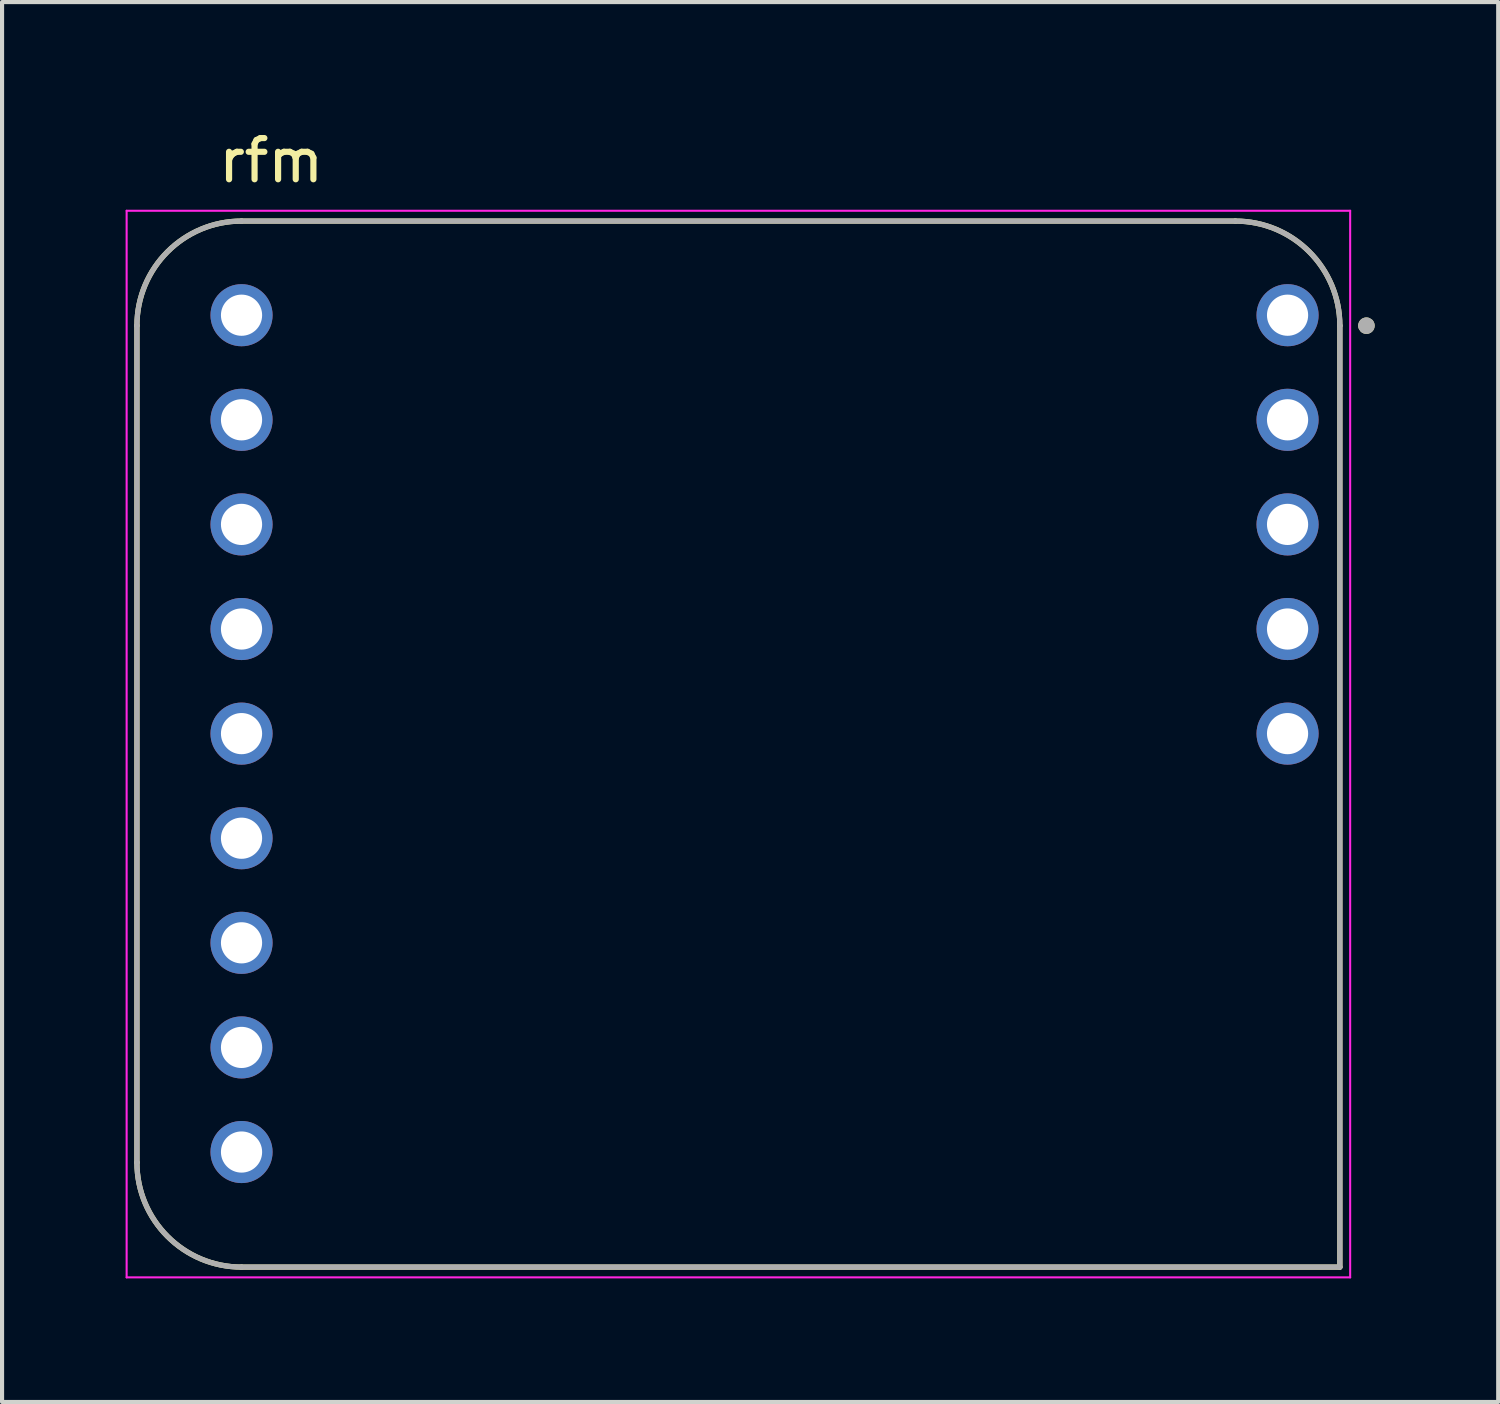
<source format=kicad_pcb>
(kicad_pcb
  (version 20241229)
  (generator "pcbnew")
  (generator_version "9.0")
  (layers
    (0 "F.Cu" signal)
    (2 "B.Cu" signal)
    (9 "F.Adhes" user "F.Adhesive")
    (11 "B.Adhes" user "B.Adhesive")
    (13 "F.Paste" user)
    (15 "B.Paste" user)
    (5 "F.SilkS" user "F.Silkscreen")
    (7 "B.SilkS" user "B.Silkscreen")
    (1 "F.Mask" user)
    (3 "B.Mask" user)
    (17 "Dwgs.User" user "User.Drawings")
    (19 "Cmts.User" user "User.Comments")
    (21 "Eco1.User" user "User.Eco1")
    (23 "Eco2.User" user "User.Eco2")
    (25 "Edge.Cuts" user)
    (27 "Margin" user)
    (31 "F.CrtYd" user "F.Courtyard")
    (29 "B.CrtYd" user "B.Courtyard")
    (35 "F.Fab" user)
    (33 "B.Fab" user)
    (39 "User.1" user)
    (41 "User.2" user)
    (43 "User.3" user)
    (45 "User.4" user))
  (footprint "rfm"
    (layer "F.Cu")
    (at 14.88 15.018)
    (property "Reference" "rfm" (at -11.344 -14.17 0) (layer "F.SilkS") (effects (font (size 1 1) (thickness 0.15))))
    (attr through_hole)
    (fp_line (start -14.605 10.16) (end -14.605 -10.16) (stroke (width 0.127) (type solid)) (layer "F.SilkS"))
    (fp_line (start -12.065 -12.7) (end 12.065 -12.7) (stroke (width 0.127) (type solid)) (layer "F.SilkS"))
    (fp_line (start 14.605 -10.16) (end 14.605 12.7) (stroke (width 0.127) (type solid)) (layer "F.SilkS"))
    (fp_line (start 14.605 12.7) (end -12.065 12.7) (stroke (width 0.127) (type solid)) (layer "F.SilkS"))
    (fp_arc (start -14.605 -10.16) (mid -13.861051 -11.956051) (end -12.065 -12.7) (stroke (width 0.127) (type solid)) (layer "F.SilkS"))
    (fp_arc (start -12.065 12.7) (mid -13.861051 11.956051) (end -14.605 10.16) (stroke (width 0.127) (type solid)) (layer "F.SilkS"))
    (fp_arc (start 12.065 -12.7) (mid 13.861051 -11.956051) (end 14.605 -10.16) (stroke (width 0.127) (type solid)) (layer "F.SilkS"))
    (fp_circle (center 15.25 -10.16) (end 15.35 -10.16) (stroke (width 0.2) (type solid)) (fill no) (layer "F.SilkS"))
    (fp_line (start -14.855 -12.95) (end -14.855 12.95) (stroke (width 0.05) (type solid)) (layer "F.CrtYd"))
    (fp_line (start -14.855 12.95) (end 14.855 12.95) (stroke (width 0.05) (type solid)) (layer "F.CrtYd"))
    (fp_line (start 14.855 -12.95) (end -14.855 -12.95) (stroke (width 0.05) (type solid)) (layer "F.CrtYd"))
    (fp_line (start 14.855 12.95) (end 14.855 -12.95) (stroke (width 0.05) (type solid)) (layer "F.CrtYd"))
    (fp_line (start -14.605 10.16) (end -14.605 -10.16) (stroke (width 0.127) (type solid)) (layer "F.Fab"))
    (fp_line (start -12.065 -12.7) (end 12.065 -12.7) (stroke (width 0.127) (type solid)) (layer "F.Fab"))
    (fp_line (start 14.605 -10.16) (end 14.605 12.7) (stroke (width 0.127) (type solid)) (layer "F.Fab"))
    (fp_line (start 14.605 12.7) (end -12.065 12.7) (stroke (width 0.127) (type solid)) (layer "F.Fab"))
    (fp_arc (start -14.605 -10.16) (mid -13.861051 -11.956051) (end -12.065 -12.7) (stroke (width 0.127) (type solid)) (layer "F.Fab"))
    (fp_arc (start -12.065 12.7) (mid -13.861051 11.956051) (end -14.605 10.16) (stroke (width 0.127) (type solid)) (layer "F.Fab"))
    (fp_arc (start 12.065 -12.7) (mid 13.861051 -11.956051) (end 14.605 -10.16) (stroke (width 0.127) (type solid)) (layer "F.Fab"))
    (fp_circle (center 15.25 -10.16) (end 15.35 -10.16) (stroke (width 0.2) (type solid)) (fill no) (layer "F.Fab"))
    (pad "JP1_1" thru_hole circle (at 13.335 -10.414) (size 1.508 1.508) (drill 1) (layers "*.Cu" "*.Mask"))
    (pad "JP1_2" thru_hole circle (at 13.335 -7.874) (size 1.508 1.508) (drill 1) (layers "*.Cu" "*.Mask"))
    (pad "JP1_3" thru_hole circle (at 13.335 -5.334) (size 1.508 1.508) (drill 1) (layers "*.Cu" "*.Mask"))
    (pad "JP1_4" thru_hole circle (at 13.335 -2.794) (size 1.508 1.508) (drill 1) (layers "*.Cu" "*.Mask"))
    (pad "JP1_5" thru_hole circle (at 13.335 -0.254) (size 1.508 1.508) (drill 1) (layers "*.Cu" "*.Mask"))
    (pad "JP3_1" thru_hole circle (at -12.065 -10.414) (size 1.508 1.508) (drill 1) (layers "*.Cu" "*.Mask"))
    (pad "JP3_2" thru_hole circle (at -12.065 -7.874) (size 1.508 1.508) (drill 1) (layers "*.Cu" "*.Mask"))
    (pad "JP3_3" thru_hole circle (at -12.065 -5.334) (size 1.508 1.508) (drill 1) (layers "*.Cu" "*.Mask"))
    (pad "JP3_4" thru_hole circle (at -12.065 -2.794) (size 1.508 1.508) (drill 1) (layers "*.Cu" "*.Mask"))
    (pad "JP3_5" thru_hole circle (at -12.065 -0.254) (size 1.508 1.508) (drill 1) (layers "*.Cu" "*.Mask"))
    (pad "JP3_6" thru_hole circle (at -12.065 2.286) (size 1.508 1.508) (drill 1) (layers "*.Cu" "*.Mask"))
    (pad "JP3_7" thru_hole circle (at -12.065 4.826) (size 1.508 1.508) (drill 1) (layers "*.Cu" "*.Mask"))
    (pad "JP3_8" thru_hole circle (at -12.065 7.366) (size 1.508 1.508) (drill 1) (layers "*.Cu" "*.Mask"))
    (pad "JP3_9" thru_hole circle (at -12.065 9.906) (size 1.508 1.508) (drill 1) (layers "*.Cu" "*.Mask")))
  (gr_rect
    (start -3 -3)
    (end 33.33 30.993)
    (stroke (width 0.1) (type default))
    (fill no)
    (layer "Edge.Cuts")))
</source>
